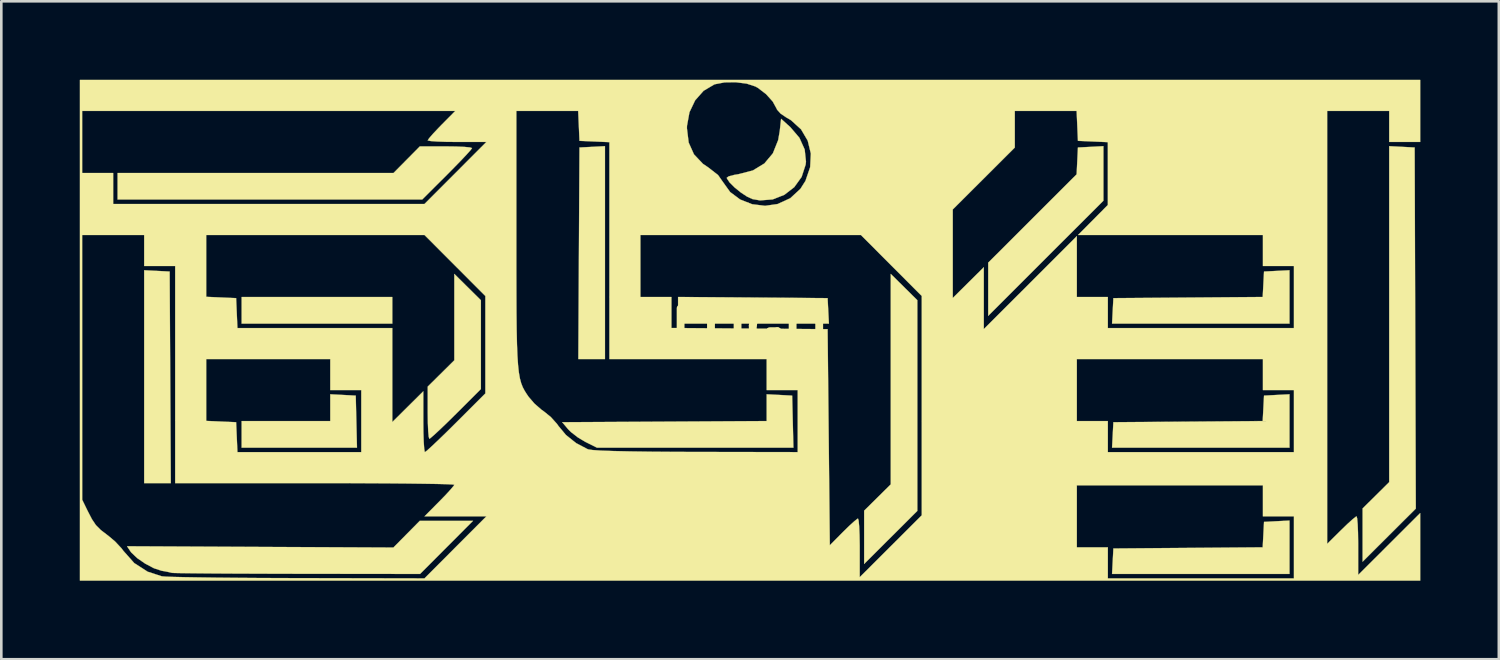
<source format=kicad_pcb>
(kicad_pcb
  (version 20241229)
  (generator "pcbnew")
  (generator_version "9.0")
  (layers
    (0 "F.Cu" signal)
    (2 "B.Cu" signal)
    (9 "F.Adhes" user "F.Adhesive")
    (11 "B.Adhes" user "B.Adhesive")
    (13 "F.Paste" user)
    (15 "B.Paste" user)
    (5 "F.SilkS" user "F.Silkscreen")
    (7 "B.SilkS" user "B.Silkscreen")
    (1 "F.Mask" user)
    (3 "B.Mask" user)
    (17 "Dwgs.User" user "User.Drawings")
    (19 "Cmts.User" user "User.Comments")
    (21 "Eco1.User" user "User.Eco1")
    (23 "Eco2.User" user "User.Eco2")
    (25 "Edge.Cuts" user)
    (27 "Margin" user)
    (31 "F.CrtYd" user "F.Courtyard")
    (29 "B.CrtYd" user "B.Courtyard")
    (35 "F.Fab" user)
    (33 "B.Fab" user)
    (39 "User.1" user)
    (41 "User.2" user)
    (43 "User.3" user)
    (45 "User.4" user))
  (footprint "LOGO"
    (layer "F.Cu")
    (at 25.574 9.572)
    (property "Reference" "LOGO" (at 0 0 0) (layer "F.SilkS") (effects (font (size 1.524 1.524) (thickness 0.3))))
    (attr through_hole)
    (fp_poly (pts (xy -13.631 -0.254) (xy -19.389 -0.254) (xy -19.389 -1.27) (xy -13.631 -1.27) (xy -13.631 -0.254)) (stroke (width 0.01) (type solid)) (fill yes) (layer "F.SilkS"))
    (fp_poly (pts (xy 3.006 -1.228) (xy 3.031 -0.741) (xy 3.056 -0.254) (xy -2.709 -0.254) (xy -2.709 -1.272) (xy 3.006 -1.228)) (stroke (width 0.01) (type solid)) (fill yes) (layer "F.SilkS"))
    (fp_poly (pts (xy -22.627 -2.269) (xy -22.14 -2.244) (xy -22.118 1.799) (xy -22.096 5.842) (xy -23.114 5.842) (xy -23.114 -2.294) (xy -22.627 -2.269)) (stroke (width 0.01) (type solid)) (fill yes) (layer "F.SilkS"))
    (fp_poly (pts (xy -5.503 1.101) (xy -6.521 1.101) (xy -6.499 -2.942) (xy -6.477 -6.985) (xy -5.99 -7.01) (xy -5.503 -7.036) (xy -5.503 1.101)) (stroke (width 0.01) (type solid)) (fill yes) (layer "F.SilkS"))
    (fp_poly (pts (xy 6.435 -1.148) (xy 6.435 6.903) (xy 4.403 8.93) (xy 4.403 6.895) (xy 5.419 5.89) (xy 5.419 -2.154) (xy 6.435 -1.148)) (stroke (width 0.01) (type solid)) (fill yes) (layer "F.SilkS"))
    (fp_poly (pts (xy -15.515 2.472) (xy -15.028 2.498) (xy -15.004 3.493) (xy -14.981 4.487) (xy -19.389 4.487) (xy -19.389 3.471) (xy -16.002 3.471) (xy -16.002 2.447) (xy -15.515 2.472)) (stroke (width 0.01) (type solid)) (fill yes) (layer "F.SilkS"))
    (fp_poly (pts (xy 20.659 4.487) (xy 13.877 4.487) (xy 13.928 3.514) (xy 19.634 3.469) (xy 19.66 2.983) (xy 19.685 2.498) (xy 20.172 2.472) (xy 20.659 2.447) (xy 20.659 4.487)) (stroke (width 0.01) (type solid)) (fill yes) (layer "F.SilkS"))
    (fp_poly (pts (xy 20.659 9.313) (xy 13.877 9.313) (xy 13.928 8.34) (xy 19.634 8.295) (xy 19.66 7.809) (xy 19.685 7.324) (xy 20.172 7.298) (xy 20.659 7.273) (xy 20.659 9.313)) (stroke (width 0.01) (type solid)) (fill yes) (layer "F.SilkS"))
    (fp_poly (pts (xy 25.442 -6.985) (xy 25.464 -0.084) (xy 25.486 6.817) (xy 24.469 7.831) (xy 23.453 8.845) (xy 23.453 6.81) (xy 23.961 6.308) (xy 24.469 5.805) (xy 24.469 -7.036) (xy 25.442 -6.985)) (stroke (width 0.01) (type solid)) (fill yes) (layer "F.SilkS"))
    (fp_poly (pts (xy 13.547 -4.952) (xy 11.345 -2.752) (xy 9.144 -0.552) (xy 9.144 -2.584) (xy 10.834 -4.272) (xy 12.523 -5.96) (xy 12.548 -6.473) (xy 12.573 -6.985) (xy 13.06 -7.01) (xy 13.547 -7.036) (xy 13.547 -4.952)) (stroke (width 0.01) (type solid)) (fill yes) (layer "F.SilkS"))
    (fp_poly (pts (xy 20.659 -0.254) (xy 13.877 -0.254) (xy 13.902 -0.741) (xy 13.928 -1.228) (xy 16.781 -1.25) (xy 19.634 -1.272) (xy 19.66 -1.758) (xy 19.685 -2.244) (xy 20.172 -2.269) (xy 20.659 -2.294) (xy 20.659 -0.254)) (stroke (width 0.01) (type solid)) (fill yes) (layer "F.SilkS"))
    (fp_poly (pts (xy 1.164 2.472) (xy 1.651 2.498) (xy 1.675 3.493) (xy 1.699 4.487) (xy -5.809 4.487) (xy -6.247 4.269) (xy -6.539 4.095) (xy -6.802 3.891) (xy -6.911 3.782) (xy -7.137 3.514) (xy -3.23 3.492) (xy 0.677 3.47) (xy 0.677 2.447) (xy 1.164 2.472)) (stroke (width 0.01) (type solid)) (fill yes) (layer "F.SilkS"))
    (fp_poly (pts (xy -10.245 -1.148) (xy -10.245 2.246) (xy -11.198 3.198) (xy -11.526 3.521) (xy -11.813 3.797) (xy -12.038 4.005) (xy -12.179 4.126) (xy -12.214 4.149) (xy -12.239 4.07) (xy -12.259 3.854) (xy -12.272 3.535) (xy -12.277 3.151) (xy -12.277 2.154) (xy -11.261 1.148) (xy -11.261 -2.154) (xy -10.245 -1.148)) (stroke (width 0.01) (type solid)) (fill yes) (layer "F.SilkS"))
    (fp_poly (pts (xy -11.192 -7.022) (xy -10.875 -7.008) (xy -10.661 -6.987) (xy -10.583 -6.962) (xy -10.64 -6.884) (xy -10.798 -6.708) (xy -11.035 -6.457) (xy -11.333 -6.152) (xy -11.537 -5.946) (xy -12.491 -4.995) (xy -24.13 -4.995) (xy -24.13 -6.011) (xy -18.857 -6.011) (xy -13.584 -6.011) (xy -13.081 -6.519) (xy -12.578 -7.027) (xy -11.581 -7.027) (xy -11.192 -7.022)) (stroke (width 0.01) (type solid)) (fill yes) (layer "F.SilkS"))
    (fp_poly (pts (xy -12.57 9.313) (xy -17.271 9.307) (xy -18.148 9.305) (xy -18.976 9.302) (xy -19.737 9.299) (xy -20.417 9.295) (xy -21 9.29) (xy -21.471 9.285) (xy -21.813 9.28) (xy -22.011 9.275) (xy -22.056 9.271) (xy -22.191 9.239) (xy -22.41 9.198) (xy -22.446 9.192) (xy -22.737 9.097) (xy -23.07 8.922) (xy -23.382 8.707) (xy -23.61 8.49) (xy -23.644 8.443) (xy -23.768 8.255) (xy -18.678 8.28) (xy -13.589 8.304) (xy -13.084 7.793) (xy -12.578 7.281) (xy -10.544 7.281) (xy -12.57 9.313)) (stroke (width 0.01) (type solid)) (fill yes) (layer "F.SilkS"))
    (fp_poly (pts (xy 1.583 -7.761) (xy 1.928 -7.356) (xy 2.13 -6.908) (xy 2.179 -6.443) (xy 2.166 -6.33) (xy 2.013 -5.861) (xy 1.731 -5.469) (xy 1.352 -5.176) (xy 0.907 -5.001) (xy 0.425 -4.963) (xy 0.137 -5.013) (xy -0.069 -5.106) (xy -0.313 -5.267) (xy -0.552 -5.461) (xy -0.742 -5.651) (xy -0.841 -5.801) (xy -0.847 -5.831) (xy -0.771 -5.883) (xy -0.576 -5.935) (xy -0.41 -5.963) (xy 0.148 -6.107) (xy 0.59 -6.375) (xy 0.914 -6.763) (xy 1.117 -7.269) (xy 1.177 -7.616) (xy 1.228 -8.082) (xy 1.583 -7.761)) (stroke (width 0.01) (type solid)) (fill yes) (layer "F.SilkS"))
    (fp_poly (pts (xy 25.654 -7.197) (xy 24.469 -7.197) (xy 24.469 -8.382) (xy 22.098 -8.382) (xy 22.098 8.165) (xy 22.629 7.639) (xy 22.873 7.403) (xy 23.073 7.222) (xy 23.199 7.123) (xy 23.222 7.112) (xy 23.245 7.191) (xy 23.264 7.409) (xy 23.277 7.734) (xy 23.283 8.134) (xy 23.283 8.233) (xy 23.283 9.353) (xy 24.469 8.17) (xy 25.654 6.987) (xy 25.654 9.567) (xy -25.569 9.567) (xy -25.569 -3.641) (xy -25.485 -3.641) (xy -25.484 1.418) (xy -25.483 6.477) (xy -25.277 6.9) (xy -25.11 7.222) (xy -24.959 7.447) (xy -24.774 7.633) (xy -24.505 7.839) (xy -24.486 7.853) (xy -24.223 8.075) (xy -23.983 8.331) (xy -23.909 8.43) (xy -23.495 8.897) (xy -22.983 9.227) (xy -22.437 9.404) (xy -22.299 9.415) (xy -22.008 9.426) (xy -21.58 9.436) (xy -21.031 9.445) (xy -20.378 9.454) (xy -19.636 9.461) (xy -18.822 9.467) (xy -17.952 9.471) (xy -17.271 9.473) (xy -12.401 9.483) (xy -11.218 8.297) (xy -10.035 7.112) (xy -12.399 7.112) (xy -11.83 6.538) (xy -11.584 6.285) (xy -11.392 6.075) (xy -11.279 5.938) (xy -11.261 5.903) (xy -11.343 5.893) (xy -11.58 5.882) (xy -11.958 5.873) (xy -12.463 5.865) (xy -13.08 5.857) (xy -13.795 5.851) (xy -14.593 5.847) (xy -15.461 5.843) (xy -16.384 5.842) (xy -16.595 5.842) (xy -21.929 5.842) (xy -21.929 1.101) (xy -20.743 1.101) (xy -20.743 3.464) (xy -20.172 3.489) (xy -19.6 3.514) (xy -19.55 4.657) (xy -14.817 4.657) (xy -14.817 2.286) (xy -16.002 2.286) (xy -16.002 1.101) (xy -20.743 1.101) (xy -21.929 1.101) (xy -21.929 -1.278) (xy -20.743 -1.278) (xy -20.172 -1.253) (xy -19.6 -1.228) (xy -19.55 -0.085) (xy -13.631 -0.085) (xy -13.631 3.509) (xy -13.039 2.921) (xy -12.446 2.333) (xy -12.446 3.495) (xy -12.442 3.916) (xy -12.43 4.27) (xy -12.412 4.524) (xy -12.391 4.649) (xy -12.384 4.657) (xy -12.307 4.6) (xy -12.131 4.441) (xy -11.875 4.199) (xy -11.559 3.893) (xy -11.203 3.541) (xy -11.198 3.536) (xy -10.075 2.415) (xy -10.075 -1.31) (xy -11.238 -2.475) (xy -12.401 -3.641) (xy -20.743 -3.641) (xy -20.743 -2.459) (xy -20.743 -1.278) (xy -21.929 -1.278) (xy -21.929 -2.455) (xy -23.114 -2.455) (xy -23.114 -3.641) (xy -25.485 -3.641) (xy -25.569 -3.641) (xy -25.569 -8.382) (xy -25.485 -8.382) (xy -25.485 -6.011) (xy -24.299 -6.011) (xy -24.299 -4.826) (xy -12.401 -4.826) (xy -11.218 -6.011) (xy -10.035 -7.197) (xy -11.156 -7.197) (xy -11.569 -7.201) (xy -11.914 -7.213) (xy -12.159 -7.231) (xy -12.272 -7.253) (xy -12.277 -7.258) (xy -12.221 -7.342) (xy -12.072 -7.513) (xy -11.856 -7.742) (xy -11.75 -7.851) (xy -11.223 -8.382) (xy -8.89 -8.382) (xy -8.89 -3.485) (xy -8.89 -2.401) (xy -8.888 -1.472) (xy -8.885 -0.685) (xy -8.878 -0.025) (xy -8.866 0.521) (xy -8.849 0.966) (xy -8.825 1.326) (xy -8.794 1.613) (xy -8.754 1.842) (xy -8.704 2.027) (xy -8.643 2.181) (xy -8.57 2.318) (xy -8.484 2.453) (xy -8.419 2.547) (xy -8.196 2.805) (xy -7.921 3.044) (xy -7.842 3.098) (xy -7.575 3.314) (xy -7.335 3.58) (xy -7.281 3.659) (xy -6.993 4.004) (xy -6.604 4.314) (xy -6.18 4.537) (xy -6.138 4.553) (xy -5.981 4.577) (xy -5.658 4.599) (xy -5.174 4.616) (xy -4.533 4.63) (xy -3.738 4.641) (xy -2.795 4.648) (xy -2.011 4.65) (xy 1.863 4.657) (xy 1.863 2.286) (xy 0.677 2.286) (xy 0.677 1.101) (xy -5.334 1.101) (xy -5.334 -3.641) (xy -4.149 -3.641) (xy -4.149 -1.27) (xy -2.963 -1.27) (xy -2.963 -0.087) (xy 3.006 -0.042) (xy 3.048 4.088) (xy 3.09 8.218) (xy 3.596 7.707) (xy 3.833 7.475) (xy 4.028 7.298) (xy 4.148 7.204) (xy 4.167 7.197) (xy 4.192 7.276) (xy 4.212 7.494) (xy 4.226 7.818) (xy 4.233 8.219) (xy 4.233 8.317) (xy 4.233 9.438) (xy 5.419 8.255) (xy 6.604 7.072) (xy 6.604 5.927) (xy 12.531 5.927) (xy 12.531 8.297) (xy 13.716 8.297) (xy 13.716 9.483) (xy 20.828 9.483) (xy 20.828 7.112) (xy 19.643 7.112) (xy 19.643 5.927) (xy 12.531 5.927) (xy 6.604 5.927) (xy 6.604 1.101) (xy 12.531 1.101) (xy 12.531 3.471) (xy 13.716 3.471) (xy 13.716 4.657) (xy 20.828 4.657) (xy 20.828 2.286) (xy 19.643 2.286) (xy 19.643 1.101) (xy 12.531 1.101) (xy 6.604 1.101) (xy 6.604 -1.31) (xy 5.441 -2.475) (xy 4.278 -3.641) (xy -4.149 -3.641) (xy -5.334 -3.641) (xy -5.334 -4.617) (xy 7.789 -4.617) (xy 7.789 -1.232) (xy 8.382 -1.82) (xy 8.975 -2.408) (xy 8.975 -0.044) (xy 10.753 -1.82) (xy 12.531 -3.597) (xy 12.531 -1.27) (xy 13.716 -1.27) (xy 13.716 -0.085) (xy 20.828 -0.085) (xy 20.828 -2.455) (xy 19.643 -2.455) (xy 19.643 -3.641) (xy 12.578 -3.641) (xy 13.147 -4.214) (xy 13.716 -4.788) (xy 13.716 -7.189) (xy 12.573 -7.239) (xy 12.523 -8.382) (xy 10.16 -8.382) (xy 10.16 -6.983) (xy 8.975 -5.8) (xy 7.789 -4.617) (xy -5.334 -4.617) (xy -5.334 -7.189) (xy -6.477 -7.239) (xy -6.498 -7.721) (xy -2.371 -7.721) (xy -2.304 -7.173) (xy -2.102 -6.723) (xy -1.759 -6.361) (xy -1.559 -6.226) (xy -1.181 -5.932) (xy -0.987 -5.656) (xy -0.719 -5.282) (xy -0.338 -4.998) (xy 0.12 -4.817) (xy 0.617 -4.756) (xy 1.093 -4.824) (xy 1.58 -5.047) (xy 1.966 -5.404) (xy 2.16 -5.71) (xy 2.339 -6.233) (xy 2.365 -6.754) (xy 2.246 -7.245) (xy 1.991 -7.679) (xy 1.607 -8.028) (xy 1.424 -8.135) (xy 1.213 -8.277) (xy 1.075 -8.43) (xy 1.059 -8.466) (xy 0.908 -8.742) (xy 0.653 -9.025) (xy 0.344 -9.262) (xy 0.247 -9.317) (xy -0.087 -9.426) (xy -0.507 -9.479) (xy -0.935 -9.473) (xy -1.298 -9.403) (xy -1.328 -9.393) (xy -1.733 -9.153) (xy -2.056 -8.789) (xy -2.274 -8.332) (xy -2.368 -7.816) (xy -2.371 -7.721) (xy -6.498 -7.721) (xy -6.527 -8.382) (xy -8.89 -8.382) (xy -11.223 -8.382) (xy -25.485 -8.382) (xy -25.569 -8.382) (xy -25.569 -9.567) (xy 25.654 -9.567) (xy 25.654 -7.197)) (stroke (width 0.01) (type solid)) (fill yes) (layer "F.SilkS")))
  (gr_rect
    (start -3 -3)
    (end 54.233 22.145)
    (stroke (width 0.1) (type default))
    (fill no)
    (layer "Edge.Cuts")))
</source>
